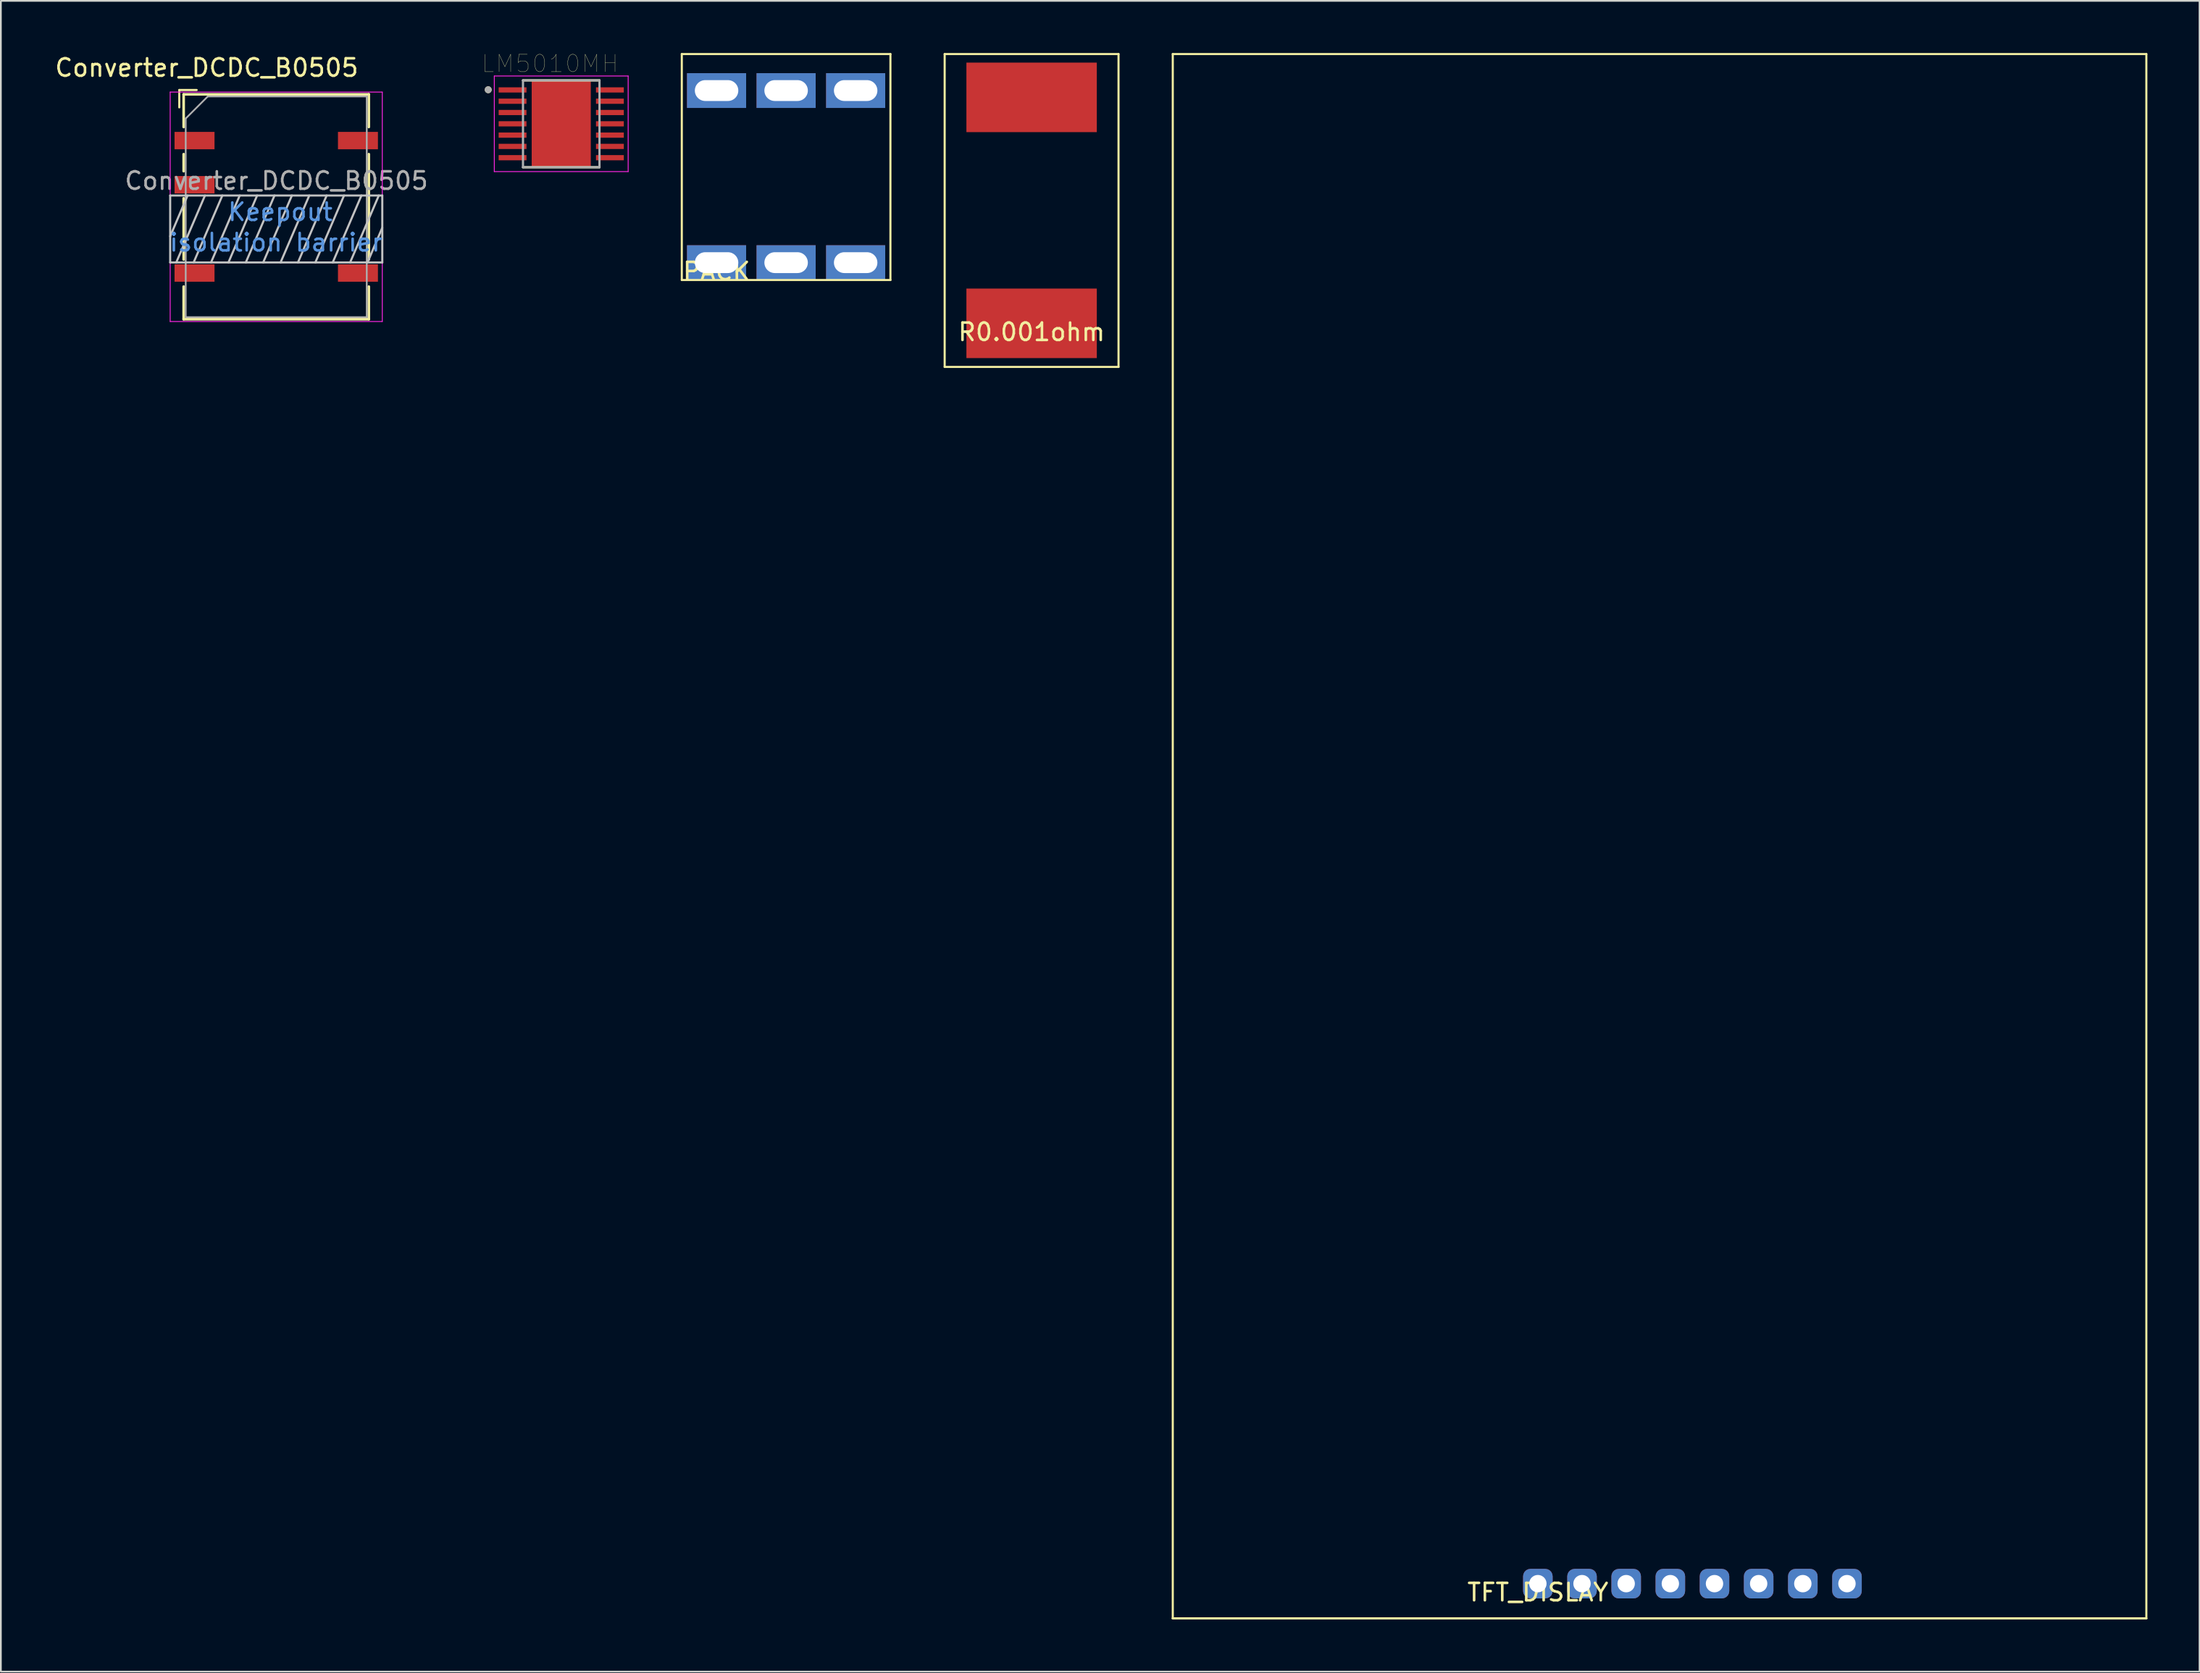
<source format=kicad_pcb>
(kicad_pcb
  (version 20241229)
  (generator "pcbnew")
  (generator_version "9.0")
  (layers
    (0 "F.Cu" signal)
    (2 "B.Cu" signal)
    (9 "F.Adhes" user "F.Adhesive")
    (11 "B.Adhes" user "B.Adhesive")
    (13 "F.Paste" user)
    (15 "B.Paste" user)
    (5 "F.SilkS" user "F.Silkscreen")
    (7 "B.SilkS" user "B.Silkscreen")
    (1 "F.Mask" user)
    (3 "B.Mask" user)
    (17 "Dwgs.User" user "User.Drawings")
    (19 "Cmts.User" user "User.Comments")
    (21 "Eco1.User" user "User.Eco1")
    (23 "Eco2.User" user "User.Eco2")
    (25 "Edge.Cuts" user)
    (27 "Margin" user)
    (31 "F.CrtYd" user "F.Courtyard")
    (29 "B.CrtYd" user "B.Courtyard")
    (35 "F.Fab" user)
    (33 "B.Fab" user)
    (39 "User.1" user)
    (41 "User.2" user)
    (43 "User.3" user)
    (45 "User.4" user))
  (footprint "PACK"
    (layer "F.Cu")
    (at 38.167 12.06)
    (property "Reference" "PACK" (at 0 0.5 0) (layer "F.SilkS") (effects (font (size 1 1) (thickness 0.15))))
    (attr through_hole)
    (fp_line (start -2 -12) (end -2 1) (stroke (width 0.12) (type solid)) (layer "F.SilkS"))
    (fp_line (start -2 1) (end 10 1) (stroke (width 0.12) (type solid)) (layer "F.SilkS"))
    (fp_line (start 10 -12) (end -2 -12) (stroke (width 0.12) (type solid)) (layer "F.SilkS"))
    (fp_line (start 10 1) (end 10 -12) (stroke (width 0.12) (type solid)) (layer "F.SilkS"))
    (pad "1" thru_hole rect (at 0 -9.9) (size 3.4 2) (drill oval 2.5 1.2) (layers "*.Cu" "*.Mask"))
    (pad "1" thru_hole rect (at 0 0) (size 3.4 2) (drill oval 2.5 1.2) (layers "*.Cu" "*.Mask"))
    (pad "1" thru_hole rect (at 4 -9.9) (size 3.4 2) (drill oval 2.5 1.2) (layers "*.Cu" "*.Mask"))
    (pad "1" thru_hole rect (at 4 0) (size 3.4 2) (drill oval 2.5 1.2) (layers "*.Cu" "*.Mask"))
    (pad "1" thru_hole rect (at 8 -9.9) (size 3.4 2) (drill oval 2.5 1.2) (layers "*.Cu" "*.Mask"))
    (pad "1" thru_hole rect (at 8 0) (size 3.4 2) (drill oval 2.5 1.2) (layers "*.Cu" "*.Mask")))
  (footprint "LM5010MH"
    (layer "F.Cu")
    (at 29.232 4.073)
    (property "Reference" "LM5010MH" (at -0.645 -3.462 0) (layer "F.SilkS") (effects (font (size 1 1) (thickness 0.015))))
    (attr through_hole)
    (fp_poly (pts (xy -1.23 -1.155) (xy 1.23 -1.155) (xy 1.23 1.155) (xy -1.23 1.155)) (stroke (width 0.01) (type solid)) (fill yes) (layer "F.Mask"))
    (fp_line (start -2.2 -2.5) (end 2.2 -2.5) (stroke (width 0.127) (type solid)) (layer "F.SilkS"))
    (fp_line (start -2.2 2.5) (end 2.2 2.5) (stroke (width 0.127) (type solid)) (layer "F.SilkS"))
    (fp_circle (center -4.2 -1.96) (end -4.1 -1.96) (stroke (width 0.2) (type solid)) (fill no) (layer "F.SilkS"))
    (fp_poly (pts (xy -3.575 -2.075) (xy -2.025 -2.075) (xy -2.025 -1.825) (xy -3.575 -1.825)) (stroke (width 0.01) (type solid)) (fill yes) (layer "F.Paste"))
    (fp_poly (pts (xy -3.575 -1.425) (xy -2.025 -1.425) (xy -2.025 -1.175) (xy -3.575 -1.175)) (stroke (width 0.01) (type solid)) (fill yes) (layer "F.Paste"))
    (fp_poly (pts (xy -3.575 -0.775) (xy -2.025 -0.775) (xy -2.025 -0.525) (xy -3.575 -0.525)) (stroke (width 0.01) (type solid)) (fill yes) (layer "F.Paste"))
    (fp_poly (pts (xy -3.575 -0.125) (xy -2.025 -0.125) (xy -2.025 0.125) (xy -3.575 0.125)) (stroke (width 0.01) (type solid)) (fill yes) (layer "F.Paste"))
    (fp_poly (pts (xy -3.575 0.525) (xy -2.025 0.525) (xy -2.025 0.775) (xy -3.575 0.775)) (stroke (width 0.01) (type solid)) (fill yes) (layer "F.Paste"))
    (fp_poly (pts (xy -3.575 1.175) (xy -2.025 1.175) (xy -2.025 1.425) (xy -3.575 1.425)) (stroke (width 0.01) (type solid)) (fill yes) (layer "F.Paste"))
    (fp_poly (pts (xy -3.575 1.825) (xy -2.025 1.825) (xy -2.025 2.075) (xy -3.575 2.075)) (stroke (width 0.01) (type solid)) (fill yes) (layer "F.Paste"))
    (fp_poly (pts (xy -1.23 -1.155) (xy 1.23 -1.155) (xy 1.23 1.155) (xy -1.23 1.155)) (stroke (width 0.01) (type solid)) (fill yes) (layer "F.Paste"))
    (fp_poly (pts (xy 2.025 -2.075) (xy 3.575 -2.075) (xy 3.575 -1.825) (xy 2.025 -1.825)) (stroke (width 0.01) (type solid)) (fill yes) (layer "F.Paste"))
    (fp_poly (pts (xy 2.025 -1.425) (xy 3.575 -1.425) (xy 3.575 -1.175) (xy 2.025 -1.175)) (stroke (width 0.01) (type solid)) (fill yes) (layer "F.Paste"))
    (fp_poly (pts (xy 2.025 -0.775) (xy 3.575 -0.775) (xy 3.575 -0.525) (xy 2.025 -0.525)) (stroke (width 0.01) (type solid)) (fill yes) (layer "F.Paste"))
    (fp_poly (pts (xy 2.025 -0.125) (xy 3.575 -0.125) (xy 3.575 0.125) (xy 2.025 0.125)) (stroke (width 0.01) (type solid)) (fill yes) (layer "F.Paste"))
    (fp_poly (pts (xy 2.025 0.525) (xy 3.575 0.525) (xy 3.575 0.775) (xy 2.025 0.775)) (stroke (width 0.01) (type solid)) (fill yes) (layer "F.Paste"))
    (fp_poly (pts (xy 2.025 1.175) (xy 3.575 1.175) (xy 3.575 1.425) (xy 2.025 1.425)) (stroke (width 0.01) (type solid)) (fill yes) (layer "F.Paste"))
    (fp_poly (pts (xy 2.025 1.825) (xy 3.575 1.825) (xy 3.575 2.075) (xy 2.025 2.075)) (stroke (width 0.01) (type solid)) (fill yes) (layer "F.Paste"))
    (fp_line (start -3.85 -2.75) (end -3.85 2.75) (stroke (width 0.05) (type solid)) (layer "F.CrtYd"))
    (fp_line (start -3.85 -2.75) (end 3.85 -2.75) (stroke (width 0.05) (type solid)) (layer "F.CrtYd"))
    (fp_line (start -3.85 2.75) (end 3.85 2.75) (stroke (width 0.05) (type solid)) (layer "F.CrtYd"))
    (fp_line (start 3.85 -2.75) (end 3.85 2.75) (stroke (width 0.05) (type solid)) (layer "F.CrtYd"))
    (fp_line (start -2.2 -2.5) (end -2.2 2.5) (stroke (width 0.127) (type solid)) (layer "F.Fab"))
    (fp_line (start -2.2 -2.5) (end 2.2 -2.5) (stroke (width 0.127) (type solid)) (layer "F.Fab"))
    (fp_line (start -2.2 2.5) (end 2.2 2.5) (stroke (width 0.127) (type solid)) (layer "F.Fab"))
    (fp_line (start 2.2 -2.5) (end 2.2 2.5) (stroke (width 0.127) (type solid)) (layer "F.Fab"))
    (fp_circle (center -4.2 -1.96) (end -4.1 -1.96) (stroke (width 0.2) (type solid)) (fill no) (layer "F.Fab"))
    (pad "1" smd rect (at -2.8 -1.95) (size 1.6 0.3) (layers "F.Cu" "F.Mask"))
    (pad "2" smd rect (at -2.8 -1.3) (size 1.6 0.3) (layers "F.Cu" "F.Mask"))
    (pad "3" smd rect (at -2.8 -0.65) (size 1.6 0.3) (layers "F.Cu" "F.Mask"))
    (pad "4" smd rect (at -2.8 0) (size 1.6 0.3) (layers "F.Cu" "F.Mask"))
    (pad "5" smd rect (at -2.8 0.65) (size 1.6 0.3) (layers "F.Cu" "F.Mask"))
    (pad "6" smd rect (at -2.8 1.3) (size 1.6 0.3) (layers "F.Cu" "F.Mask"))
    (pad "7" smd rect (at -2.8 1.95) (size 1.6 0.3) (layers "F.Cu" "F.Mask"))
    (pad "8" smd rect (at 2.8 1.95) (size 1.6 0.3) (layers "F.Cu" "F.Mask"))
    (pad "9" smd rect (at 2.8 1.3) (size 1.6 0.3) (layers "F.Cu" "F.Mask"))
    (pad "10" smd rect (at 2.8 0.65) (size 1.6 0.3) (layers "F.Cu" "F.Mask"))
    (pad "11" smd rect (at 2.8 0) (size 1.6 0.3) (layers "F.Cu" "F.Mask"))
    (pad "12" smd rect (at 2.8 -0.65) (size 1.6 0.3) (layers "F.Cu" "F.Mask"))
    (pad "13" smd rect (at 2.8 -1.3) (size 1.6 0.3) (layers "F.Cu" "F.Mask"))
    (pad "14" smd rect (at 2.8 -1.95) (size 1.6 0.3) (layers "F.Cu" "F.Mask"))
    (pad "15" smd rect (at 0 0) (size 3.4 5) (layers "F.Cu")))
  (footprint "Converter_DCDC_B0505"
    (layer "F.Cu")
    (at 12.839 10.118)
    (property "Reference" "Converter_DCDC_B0505" (at -4 -9.27 0) (layer "F.SilkS") (effects (font (size 1 1) (thickness 0.15))))
    (attr smd)
    (fp_line (start -5.577 -7.99) (end -5.577 -6.99) (stroke (width 0.12) (type solid)) (layer "F.SilkS"))
    (fp_line (start -5.325 -7.74) (end 5.325 -7.74) (stroke (width 0.15) (type solid)) (layer "F.SilkS"))
    (fp_line (start -5.325 -5.86) (end -5.325 -7.74) (stroke (width 0.15) (type solid)) (layer "F.SilkS"))
    (fp_line (start -5.325 -3.32) (end -5.325 -4.3) (stroke (width 0.15) (type solid)) (layer "F.SilkS"))
    (fp_line (start -5.325 1.76) (end -5.325 -1.76) (stroke (width 0.15) (type solid)) (layer "F.SilkS"))
    (fp_line (start -5.325 5.2) (end -5.325 3.32) (stroke (width 0.15) (type solid)) (layer "F.SilkS"))
    (fp_line (start -4.577 -7.99) (end -5.577 -7.99) (stroke (width 0.12) (type solid)) (layer "F.SilkS"))
    (fp_line (start 5.325 -7.74) (end 5.325 -5.86) (stroke (width 0.15) (type solid)) (layer "F.SilkS"))
    (fp_line (start 5.325 -4.3) (end 5.325 1.76) (stroke (width 0.15) (type solid)) (layer "F.SilkS"))
    (fp_line (start 5.325 3.32) (end 5.325 5.2) (stroke (width 0.15) (type solid)) (layer "F.SilkS"))
    (fp_line (start 5.325 5.2) (end -5.325 5.2) (stroke (width 0.15) (type solid)) (layer "F.SilkS"))
    (fp_line (start -6.1 -1.92) (end 6.1 -1.92) (stroke (width 0.12) (type solid)) (layer "Dwgs.User"))
    (fp_line (start -6.1 0.427) (end -5.1 -1.92) (stroke (width 0.12) (type solid)) (layer "Dwgs.User"))
    (fp_line (start -6.1 1.93) (end -6.1 -1.92) (stroke (width 0.12) (type solid)) (layer "Dwgs.User"))
    (fp_line (start -5.75 1.93) (end -4.1 -1.92) (stroke (width 0.12) (type solid)) (layer "Dwgs.User"))
    (fp_line (start -4.75 1.93) (end -3.1 -1.92) (stroke (width 0.12) (type solid)) (layer "Dwgs.User"))
    (fp_line (start -3.75 1.93) (end -2.1 -1.92) (stroke (width 0.12) (type solid)) (layer "Dwgs.User"))
    (fp_line (start -2.75 1.93) (end -1.1 -1.92) (stroke (width 0.12) (type solid)) (layer "Dwgs.User"))
    (fp_line (start -1.75 1.93) (end -0.1 -1.92) (stroke (width 0.12) (type solid)) (layer "Dwgs.User"))
    (fp_line (start -0.75 1.93) (end 0.9 -1.92) (stroke (width 0.12) (type solid)) (layer "Dwgs.User"))
    (fp_line (start 0.25 1.93) (end 1.9 -1.92) (stroke (width 0.12) (type solid)) (layer "Dwgs.User"))
    (fp_line (start 1.25 1.93) (end 2.9 -1.92) (stroke (width 0.12) (type solid)) (layer "Dwgs.User"))
    (fp_line (start 2.25 1.93) (end 3.9 -1.92) (stroke (width 0.12) (type solid)) (layer "Dwgs.User"))
    (fp_line (start 3.25 1.93) (end 4.9 -1.92) (stroke (width 0.12) (type solid)) (layer "Dwgs.User"))
    (fp_line (start 4.25 1.93) (end 5.9 -1.92) (stroke (width 0.12) (type solid)) (layer "Dwgs.User"))
    (fp_line (start 5.25 1.93) (end 6.1 -0.067) (stroke (width 0.12) (type solid)) (layer "Dwgs.User"))
    (fp_line (start 6.1 -1.92) (end 6.1 1.93) (stroke (width 0.12) (type solid)) (layer "Dwgs.User"))
    (fp_line (start 6.1 1.93) (end -6.1 1.93) (stroke (width 0.12) (type solid)) (layer "Dwgs.User"))
    (fp_line (start -6.1 5.33) (end -6.1 -7.87) (stroke (width 0.05) (type solid)) (layer "F.CrtYd"))
    (fp_line (start 6.1 -7.87) (end -6.1 -7.87) (stroke (width 0.05) (type solid)) (layer "F.CrtYd"))
    (fp_line (start 6.1 -7.87) (end 6.1 5.33) (stroke (width 0.05) (type solid)) (layer "F.CrtYd"))
    (fp_line (start 6.1 5.33) (end -6.1 5.33) (stroke (width 0.05) (type solid)) (layer "F.CrtYd"))
    (fp_line (start -5.207 5.08) (end -5.207 -6.35) (stroke (width 0.1) (type solid)) (layer "F.Fab"))
    (fp_line (start -3.937 -7.62) (end -5.207 -6.35) (stroke (width 0.1) (type solid)) (layer "F.Fab"))
    (fp_line (start -3.937 -7.62) (end 5.207 -7.62) (stroke (width 0.1) (type solid)) (layer "F.Fab"))
    (fp_line (start 5.207 -7.62) (end 5.207 5.08) (stroke (width 0.1) (type solid)) (layer "F.Fab"))
    (fp_line (start 5.207 5.08) (end -5.207 5.08) (stroke (width 0.1) (type solid)) (layer "F.Fab"))
    (fp_text user "Keepout" (at 0.234 -0.973 0) (layer "Cmts.User") (effects (font (size 1 1) (thickness 0.15))))
    (fp_text user "isolation barrier" (at -0.01 0.78 0) (layer "Cmts.User") (effects (font (size 1 1) (thickness 0.15))))
    (fp_text user "${REFERENCE}" (at 0.01 -2.766 0) (layer "F.Fab") (effects (font (size 1 1) (thickness 0.15))))
    (pad "1" smd rect (at -4.7 -5.08) (size 2.3 1) (layers "F.Cu" "F.Mask" "F.Paste"))
    (pad "2" smd rect (at -4.7 -2.54) (size 2.3 1) (layers "F.Cu" "F.Mask" "F.Paste"))
    (pad "4" smd rect (at -4.7 2.54) (size 2.3 1) (layers "F.Cu" "F.Mask" "F.Paste"))
    (pad "5" smd rect (at 4.7 2.54) (size 2.3 1) (layers "F.Cu" "F.Mask" "F.Paste"))
    (pad "8" smd rect (at 4.7 -5.08) (size 2.3 1) (layers "F.Cu" "F.Mask" "F.Paste")))
  (footprint "TFT_DISLAY"
    (layer "F.Cu")
    (at 85.407 88.06)
    (property "Reference" "TFT_DISLAY" (at 0 0.5 0) (layer "F.SilkS") (effects (font (size 1 1) (thickness 0.15))))
    (attr through_hole)
    (fp_line (start -21 2) (end -21 -88) (stroke (width 0.12) (type solid)) (layer "F.SilkS"))
    (fp_line (start -21 2) (end 35 2) (stroke (width 0.12) (type solid)) (layer "F.SilkS"))
    (fp_line (start 35 -88) (end -21 -88) (stroke (width 0.12) (type solid)) (layer "F.SilkS"))
    (fp_line (start 35 -88) (end 35 2) (stroke (width 0.12) (type solid)) (layer "F.SilkS"))
    (fp_line (start 35 2) (end -21 2) (stroke (width 0.12) (type solid)) (layer "F.SilkS"))
    (pad "1" thru_hole roundrect (at 0 0) (size 1.7 1.7) (drill 1) (layers "*.Cu" "*.Mask") (roundrect_rratio 0.25))
    (pad "2" thru_hole roundrect (at 2.54 0) (size 1.7 1.7) (drill 1) (layers "*.Cu" "*.Mask") (roundrect_rratio 0.25))
    (pad "3" thru_hole roundrect (at 5.08 0) (size 1.7 1.7) (drill 1) (layers "*.Cu" "*.Mask") (roundrect_rratio 0.25))
    (pad "4" thru_hole roundrect (at 7.62 0) (size 1.7 1.7) (drill 1) (layers "*.Cu" "*.Mask") (roundrect_rratio 0.25))
    (pad "5" thru_hole roundrect (at 10.16 0) (size 1.7 1.7) (drill 1) (layers "*.Cu" "*.Mask") (roundrect_rratio 0.25))
    (pad "6" thru_hole roundrect (at 12.7 0) (size 1.7 1.7) (drill 1) (layers "*.Cu" "*.Mask") (roundrect_rratio 0.25))
    (pad "7" thru_hole roundrect (at 15.24 0) (size 1.7 1.7) (drill 1) (layers "*.Cu" "*.Mask") (roundrect_rratio 0.25))
    (pad "8" thru_hole roundrect (at 17.78 0) (size 1.7 1.7) (drill 1) (layers "*.Cu" "*.Mask") (roundrect_rratio 0.25)))
  (footprint "R0.001ohm"
    (layer "F.Cu")
    (at 56.287 15.552)
    (property "Reference" "R0.001ohm" (at 0 0.5 0) (layer "F.SilkS") (effects (font (size 1 1) (thickness 0.15))))
    (attr through_hole)
    (fp_line (start -5 -15.492) (end 5 -15.492) (stroke (width 0.12) (type solid)) (layer "F.SilkS"))
    (fp_line (start -5 2.508) (end -5 -15.492) (stroke (width 0.12) (type solid)) (layer "F.SilkS"))
    (fp_line (start 5 -15.492) (end 5 2.508) (stroke (width 0.12) (type solid)) (layer "F.SilkS"))
    (fp_line (start 5 2.508) (end -5 2.508) (stroke (width 0.12) (type solid)) (layer "F.SilkS"))
    (pad "1" smd rect (at 0 0) (size 7.5 4) (layers "F.Cu" "F.Mask" "F.Paste"))
    (pad "2" smd rect (at 0 -13) (size 7.5 4) (layers "F.Cu" "F.Mask" "F.Paste")))
  (gr_rect
    (start -3 -3)
    (end 123.467 93.12)
    (stroke (width 0.1) (type default))
    (fill no)
    (layer "Edge.Cuts")))
</source>
